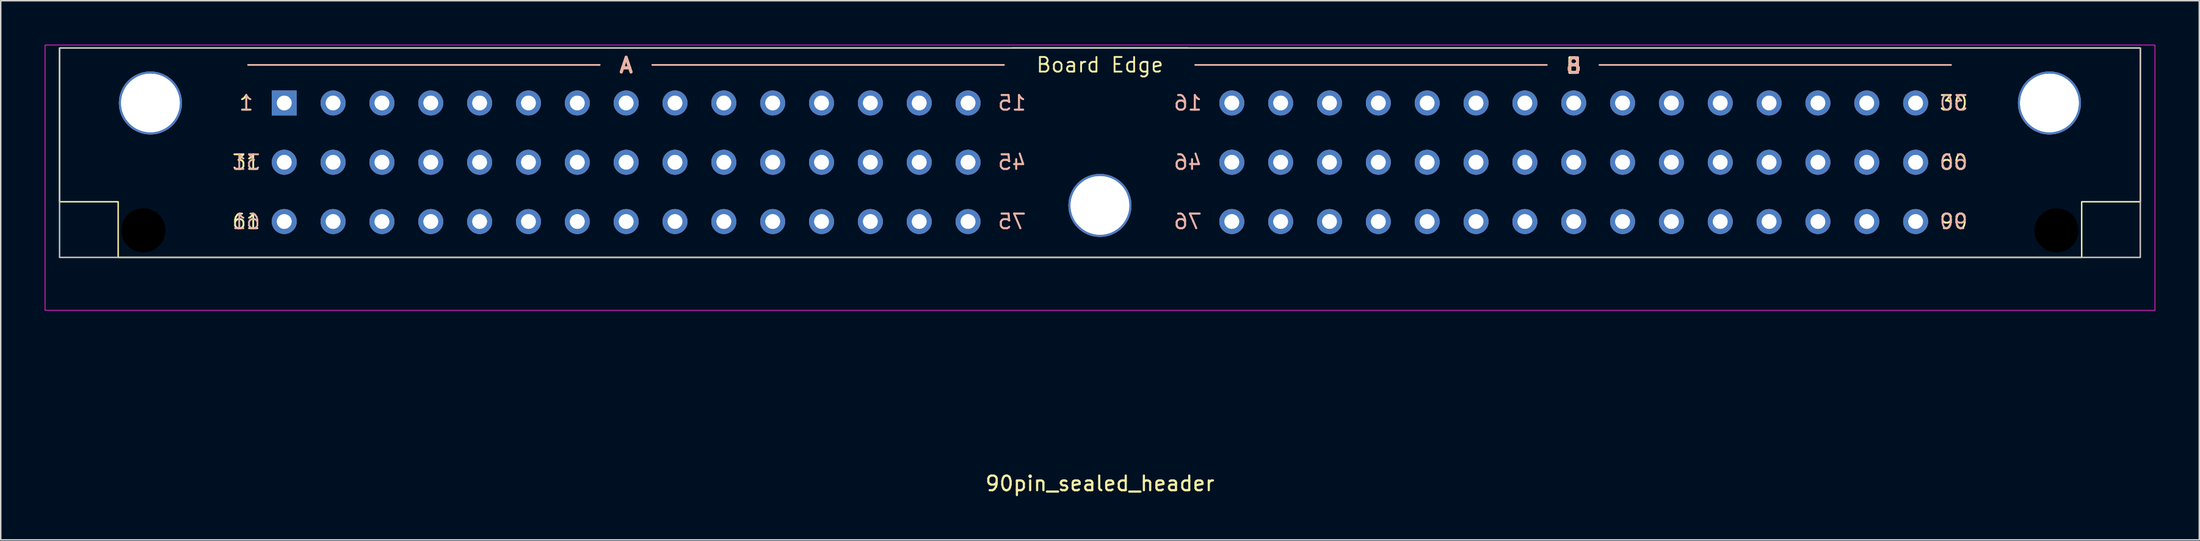
<source format=kicad_pcb>
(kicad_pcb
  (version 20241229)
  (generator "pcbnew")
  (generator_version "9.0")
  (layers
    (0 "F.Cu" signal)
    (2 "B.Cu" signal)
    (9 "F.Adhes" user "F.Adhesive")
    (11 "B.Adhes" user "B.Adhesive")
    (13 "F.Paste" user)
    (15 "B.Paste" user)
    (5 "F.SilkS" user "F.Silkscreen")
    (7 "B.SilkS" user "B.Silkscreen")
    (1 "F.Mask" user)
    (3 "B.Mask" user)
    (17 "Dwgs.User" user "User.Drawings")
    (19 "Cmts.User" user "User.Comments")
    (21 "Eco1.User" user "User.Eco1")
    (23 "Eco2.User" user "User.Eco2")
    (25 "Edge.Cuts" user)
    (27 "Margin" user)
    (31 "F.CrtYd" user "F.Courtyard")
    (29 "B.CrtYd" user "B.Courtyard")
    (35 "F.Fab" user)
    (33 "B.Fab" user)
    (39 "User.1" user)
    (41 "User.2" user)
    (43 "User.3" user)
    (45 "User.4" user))
  (footprint "90pin_sealed_header"
    (layer "F.Cu")
    (at 72.015 8.035)
    (property "Reference" "90pin_sealed_header" (at 0 21.95 0) (layer "F.SilkS") (effects (font (size 1 1) (thickness 0.15))))
    (attr through_hole)
    (fp_line (start -58.136 -6.65) (end -34.136 -6.65) (stroke (width 0.1) (type solid)) (layer "F.SilkS"))
    (fp_line (start -30.549 -6.65) (end -6.549 -6.65) (stroke (width 0.1) (type solid)) (layer "F.SilkS"))
    (fp_line (start 6 -7.8) (end -6 -7.8) (stroke (width 0.1) (type solid)) (layer "F.SilkS"))
    (fp_poly (pts (xy 67 6.5) (xy 67 2.7) (xy 71 2.7) (xy 71 -7.8) (xy -71 -7.8) (xy -71 2.7) (xy -67 2.7) (xy -67 6.5)) (stroke (width 0.1) (type solid)) (fill no) (layer "F.SilkS"))
    (fp_line (start -58.136 -6.65) (end -34.136 -6.65) (stroke (width 0.1) (type solid)) (layer "B.SilkS"))
    (fp_line (start -30.549 -6.65) (end -6.549 -6.65) (stroke (width 0.1) (type solid)) (layer "B.SilkS"))
    (fp_line (start 6.5 -6.65) (end 30.5 -6.65) (stroke (width 0.1) (type solid)) (layer "B.SilkS"))
    (fp_line (start 6.5 -6.65) (end 30.5 -6.65) (stroke (width 0.1) (type solid)) (layer "B.SilkS"))
    (fp_line (start 34.087 -6.65) (end 58.087 -6.65) (stroke (width 0.1) (type solid)) (layer "B.SilkS"))
    (fp_line (start 34.087 -6.65) (end 58.087 -6.65) (stroke (width 0.1) (type solid)) (layer "B.SilkS"))
    (fp_rect (start -71 -7.8) (end 71 6.5) (stroke (width 0.1) (type default)) (fill no) (layer "Dwgs.User"))
    (fp_line (start -71 -7.8) (end 71 -7.8) (stroke (width 0.1) (type default)) (layer "Margin"))
    (fp_rect (start -71.99 -8.01) (end 72 10.12) (stroke (width 0.05) (type default)) (fill no) (layer "F.CrtYd"))
    (fp_text user "30" (at 58.26 -4.05 0) (unlocked yes) (layer "F.SilkS") (effects (font (size 1 1) (thickness 0.125))))
    (fp_text user "31" (at -58.26 0 0) (unlocked yes) (layer "F.SilkS") (effects (font (size 1 1) (thickness 0.125))))
    (fp_text user "60" (at 58.26 0 0) (unlocked yes) (layer "F.SilkS") (effects (font (size 1 1) (thickness 0.125))))
    (fp_text user "A" (at -32.333 -6.62 0) (unlocked yes) (layer "F.SilkS") (effects (font (size 1 1) (thickness 0.2) (bold yes))))
    (fp_text user "61" (at -58.26 4.05 0) (unlocked yes) (layer "F.SilkS") (effects (font (size 1 1) (thickness 0.125))))
    (fp_text user "Board Edge" (at 0 -6.65 0) (unlocked yes) (layer "F.SilkS") (effects (font (size 1 1) (thickness 0.125))))
    (fp_text user "1" (at -58.26 -4.05 0) (unlocked yes) (layer "F.SilkS") (effects (font (size 1 1) (thickness 0.125))))
    (fp_text user "B" (at 32.333 -6.59 0) (unlocked yes) (layer "F.SilkS") (effects (font (size 1 1) (thickness 0.2) (bold yes))))
    (fp_text user "90" (at 58.26 4.05 0) (unlocked yes) (layer "F.SilkS") (effects (font (size 1 1) (thickness 0.125))))
    (fp_text user "45" (at -6 0 0) (unlocked yes) (layer "B.SilkS") (effects (font (size 1 1) (thickness 0.125)) (justify mirror)))
    (fp_text user "30" (at 58.26 -4.05 0) (unlocked yes) (layer "B.SilkS") (effects (font (size 1 1) (thickness 0.125)) (justify mirror)))
    (fp_text user "16" (at 6 -4.05 0) (unlocked yes) (layer "B.SilkS") (effects (font (size 1 1) (thickness 0.125)) (justify mirror)))
    (fp_text user "76" (at 6 4.05 0) (unlocked yes) (layer "B.SilkS") (effects (font (size 1 1) (thickness 0.125)) (justify mirror)))
    (fp_text user "90" (at 58.26 4.05 0) (unlocked yes) (layer "B.SilkS") (effects (font (size 1 1) (thickness 0.125)) (justify mirror)))
    (fp_text user "15" (at -6 -4.05 0) (unlocked yes) (layer "B.SilkS") (effects (font (size 1 1) (thickness 0.125)) (justify mirror)))
    (fp_text user "1" (at -58.26 -4.05 0) (unlocked yes) (layer "B.SilkS") (effects (font (size 1 1) (thickness 0.125)) (justify mirror)))
    (fp_text user "75" (at -6 4.05 0) (unlocked yes) (layer "B.SilkS") (effects (font (size 1 1) (thickness 0.125)) (justify mirror)))
    (fp_text user "B" (at 32.333 -6.59 0) (unlocked yes) (layer "B.SilkS") (effects (font (size 1 1) (thickness 0.2) (bold yes)) (justify mirror)))
    (fp_text user "A" (at -32.333 -6.62 0) (unlocked yes) (layer "B.SilkS") (effects (font (size 1 1) (thickness 0.2) (bold yes)) (justify mirror)))
    (fp_text user "60" (at 58.26 0 0) (unlocked yes) (layer "B.SilkS") (effects (font (size 1 1) (thickness 0.125)) (justify mirror)))
    (fp_text user "31" (at -58.26 0 0) (unlocked yes) (layer "B.SilkS") (effects (font (size 1 1) (thickness 0.125)) (justify mirror)))
    (fp_text user "45" (at -6 0 0) (unlocked yes) (layer "B.SilkS") (effects (font (size 1 1) (thickness 0.125)) (justify mirror)))
    (fp_text user "76" (at 6 4.05 0) (unlocked yes) (layer "B.SilkS") (effects (font (size 1 1) (thickness 0.125)) (justify mirror)))
    (fp_text user "61" (at -58.26 4.05 0) (unlocked yes) (layer "B.SilkS") (effects (font (size 1 1) (thickness 0.125)) (justify mirror)))
    (fp_text user "16" (at 6 -4.05 0) (unlocked yes) (layer "B.SilkS") (effects (font (size 1 1) (thickness 0.125)) (justify mirror)))
    (fp_text user "46" (at 6 0 0) (unlocked yes) (layer "B.SilkS") (effects (font (size 1 1) (thickness 0.125)) (justify mirror)))
    (fp_text user "15" (at -6 -4.05 0) (unlocked yes) (layer "B.SilkS") (effects (font (size 1 1) (thickness 0.125)) (justify mirror)))
    (fp_text user "75" (at -6 4.05 0) (unlocked yes) (layer "B.SilkS") (effects (font (size 1 1) (thickness 0.125)) (justify mirror)))
    (fp_text user "46" (at 6 0 0) (unlocked yes) (layer "B.SilkS") (effects (font (size 1 1) (thickness 0.125)) (justify mirror)))
    (pad "" np_thru_hole circle (at -65.28 4.65) (size 3 3) (drill 3) (layers "*.Mask"))
    (pad "" np_thru_hole circle (at -65.28 4.65) (size 3 3) (drill 3) (layers "*.Mask"))
    (pad "" thru_hole circle (at -64.8 -4.05 180) (size 4.3 4.3) (drill 4) (layers "*.Cu" "*.Mask"))
    (pad "" thru_hole circle (at -64.8 -4.05 180) (size 4.3 4.3) (drill 4) (layers "*.Cu" "*.Mask"))
    (pad "" thru_hole circle (at 0 2.95 180) (size 4.3 4.3) (drill 4) (layers "*.Cu" "*.Mask"))
    (pad "" thru_hole circle (at 0 2.95 180) (size 4.3 4.3) (drill 4) (layers "*.Cu" "*.Mask"))
    (pad "" thru_hole circle (at 64.8 -4.05 180) (size 4.3 4.3) (drill 4) (layers "*.Cu" "*.Mask"))
    (pad "" thru_hole circle (at 64.8 -4.05 180) (size 4.3 4.3) (drill 4) (layers "*.Cu" "*.Mask"))
    (pad "" np_thru_hole circle (at 65.28 4.65) (size 3 3) (drill 3) (layers "*.Mask"))
    (pad "" np_thru_hole circle (at 65.28 4.65) (size 3 3) (drill 3) (layers "*.Mask"))
    (pad "1" thru_hole rect (at -55.667 -4.05) (size 1.7 1.7) (drill 1) (layers "*.Cu" "*.Mask"))
    (pad "1" thru_hole rect (at -55.667 -4.05) (size 1.7 1.7) (drill 1) (layers "*.Cu" "*.Mask"))
    (pad "2" thru_hole circle (at -52.333 -4.05) (size 1.7 1.7) (drill 1) (layers "*.Cu" "*.Mask"))
    (pad "2" thru_hole circle (at -52.333 -4.05) (size 1.7 1.7) (drill 1) (layers "*.Cu" "*.Mask"))
    (pad "3" thru_hole circle (at -49 -4.05) (size 1.7 1.7) (drill 1) (layers "*.Cu" "*.Mask"))
    (pad "3" thru_hole circle (at -49 -4.05) (size 1.7 1.7) (drill 1) (layers "*.Cu" "*.Mask"))
    (pad "4" thru_hole circle (at -45.667 -4.05) (size 1.7 1.7) (drill 1) (layers "*.Cu" "*.Mask"))
    (pad "4" thru_hole circle (at -45.667 -4.05) (size 1.7 1.7) (drill 1) (layers "*.Cu" "*.Mask"))
    (pad "5" thru_hole circle (at -42.333 -4.05) (size 1.7 1.7) (drill 1) (layers "*.Cu" "*.Mask"))
    (pad "5" thru_hole circle (at -42.333 -4.05) (size 1.7 1.7) (drill 1) (layers "*.Cu" "*.Mask"))
    (pad "6" thru_hole circle (at -39 -4.05) (size 1.7 1.7) (drill 1) (layers "*.Cu" "*.Mask"))
    (pad "6" thru_hole circle (at -39 -4.05) (size 1.7 1.7) (drill 1) (layers "*.Cu" "*.Mask"))
    (pad "7" thru_hole circle (at -35.667 -4.05) (size 1.7 1.7) (drill 1) (layers "*.Cu" "*.Mask"))
    (pad "7" thru_hole circle (at -35.667 -4.05) (size 1.7 1.7) (drill 1) (layers "*.Cu" "*.Mask"))
    (pad "8" thru_hole circle (at -32.333 -4.05) (size 1.7 1.7) (drill 1) (layers "*.Cu" "*.Mask"))
    (pad "8" thru_hole circle (at -32.333 -4.05) (size 1.7 1.7) (drill 1) (layers "*.Cu" "*.Mask"))
    (pad "9" thru_hole circle (at -29 -4.05) (size 1.7 1.7) (drill 1) (layers "*.Cu" "*.Mask"))
    (pad "9" thru_hole circle (at -29 -4.05) (size 1.7 1.7) (drill 1) (layers "*.Cu" "*.Mask"))
    (pad "10" thru_hole circle (at -25.667 -4.05) (size 1.7 1.7) (drill 1) (layers "*.Cu" "*.Mask"))
    (pad "10" thru_hole circle (at -25.667 -4.05) (size 1.7 1.7) (drill 1) (layers "*.Cu" "*.Mask"))
    (pad "11" thru_hole circle (at -22.333 -4.05) (size 1.7 1.7) (drill 1) (layers "*.Cu" "*.Mask"))
    (pad "11" thru_hole circle (at -22.333 -4.05) (size 1.7 1.7) (drill 1) (layers "*.Cu" "*.Mask"))
    (pad "12" thru_hole circle (at -19 -4.05) (size 1.7 1.7) (drill 1) (layers "*.Cu" "*.Mask"))
    (pad "12" thru_hole circle (at -19 -4.05) (size 1.7 1.7) (drill 1) (layers "*.Cu" "*.Mask"))
    (pad "13" thru_hole circle (at -15.667 -4.05) (size 1.7 1.7) (drill 1) (layers "*.Cu" "*.Mask"))
    (pad "13" thru_hole circle (at -15.667 -4.05) (size 1.7 1.7) (drill 1) (layers "*.Cu" "*.Mask"))
    (pad "14" thru_hole circle (at -12.333 -4.05) (size 1.7 1.7) (drill 1) (layers "*.Cu" "*.Mask"))
    (pad "14" thru_hole circle (at -12.333 -4.05) (size 1.7 1.7) (drill 1) (layers "*.Cu" "*.Mask"))
    (pad "15" thru_hole circle (at -9 -4.05) (size 1.7 1.7) (drill 1) (layers "*.Cu" "*.Mask"))
    (pad "15" thru_hole circle (at -9 -4.05) (size 1.7 1.7) (drill 1) (layers "*.Cu" "*.Mask"))
    (pad "16" thru_hole circle (at 9 -4.05) (size 1.7 1.7) (drill 1) (layers "*.Cu" "*.Mask"))
    (pad "16" thru_hole circle (at 9 -4.05) (size 1.7 1.7) (drill 1) (layers "*.Cu" "*.Mask"))
    (pad "17" thru_hole circle (at 12.333 -4.05) (size 1.7 1.7) (drill 1) (layers "*.Cu" "*.Mask"))
    (pad "17" thru_hole circle (at 12.333 -4.05) (size 1.7 1.7) (drill 1) (layers "*.Cu" "*.Mask"))
    (pad "18" thru_hole circle (at 15.667 -4.05) (size 1.7 1.7) (drill 1) (layers "*.Cu" "*.Mask"))
    (pad "18" thru_hole circle (at 15.667 -4.05) (size 1.7 1.7) (drill 1) (layers "*.Cu" "*.Mask"))
    (pad "19" thru_hole circle (at 19 -4.05) (size 1.7 1.7) (drill 1) (layers "*.Cu" "*.Mask"))
    (pad "19" thru_hole circle (at 19 -4.05) (size 1.7 1.7) (drill 1) (layers "*.Cu" "*.Mask"))
    (pad "20" thru_hole circle (at 22.333 -4.05) (size 1.7 1.7) (drill 1) (layers "*.Cu" "*.Mask"))
    (pad "20" thru_hole circle (at 22.333 -4.05) (size 1.7 1.7) (drill 1) (layers "*.Cu" "*.Mask"))
    (pad "21" thru_hole circle (at 25.667 -4.05) (size 1.7 1.7) (drill 1) (layers "*.Cu" "*.Mask"))
    (pad "21" thru_hole circle (at 25.667 -4.05) (size 1.7 1.7) (drill 1) (layers "*.Cu" "*.Mask"))
    (pad "22" thru_hole circle (at 29 -4.05) (size 1.7 1.7) (drill 1) (layers "*.Cu" "*.Mask"))
    (pad "22" thru_hole circle (at 29 -4.05) (size 1.7 1.7) (drill 1) (layers "*.Cu" "*.Mask"))
    (pad "23" thru_hole circle (at 32.333 -4.05) (size 1.7 1.7) (drill 1) (layers "*.Cu" "*.Mask"))
    (pad "23" thru_hole circle (at 32.333 -4.05) (size 1.7 1.7) (drill 1) (layers "*.Cu" "*.Mask"))
    (pad "24" thru_hole circle (at 35.667 -4.05) (size 1.7 1.7) (drill 1) (layers "*.Cu" "*.Mask"))
    (pad "24" thru_hole circle (at 35.667 -4.05) (size 1.7 1.7) (drill 1) (layers "*.Cu" "*.Mask"))
    (pad "25" thru_hole circle (at 39 -4.05) (size 1.7 1.7) (drill 1) (layers "*.Cu" "*.Mask"))
    (pad "25" thru_hole circle (at 39 -4.05) (size 1.7 1.7) (drill 1) (layers "*.Cu" "*.Mask"))
    (pad "26" thru_hole circle (at 42.333 -4.05) (size 1.7 1.7) (drill 1) (layers "*.Cu" "*.Mask"))
    (pad "26" thru_hole circle (at 42.333 -4.05) (size 1.7 1.7) (drill 1) (layers "*.Cu" "*.Mask"))
    (pad "27" thru_hole circle (at 45.667 -4.05) (size 1.7 1.7) (drill 1) (layers "*.Cu" "*.Mask"))
    (pad "27" thru_hole circle (at 45.667 -4.05) (size 1.7 1.7) (drill 1) (layers "*.Cu" "*.Mask"))
    (pad "28" thru_hole circle (at 49 -4.05) (size 1.7 1.7) (drill 1) (layers "*.Cu" "*.Mask"))
    (pad "28" thru_hole circle (at 49 -4.05) (size 1.7 1.7) (drill 1) (layers "*.Cu" "*.Mask"))
    (pad "29" thru_hole circle (at 52.333 -4.05) (size 1.7 1.7) (drill 1) (layers "*.Cu" "*.Mask"))
    (pad "29" thru_hole circle (at 52.333 -4.05) (size 1.7 1.7) (drill 1) (layers "*.Cu" "*.Mask"))
    (pad "30" thru_hole circle (at 55.667 -4.05) (size 1.7 1.7) (drill 1) (layers "*.Cu" "*.Mask"))
    (pad "30" thru_hole circle (at 55.667 -4.05) (size 1.7 1.7) (drill 1) (layers "*.Cu" "*.Mask"))
    (pad "31" thru_hole circle (at -55.667 0) (size 1.7 1.7) (drill 1) (layers "*.Cu" "*.Mask"))
    (pad "31" thru_hole circle (at -55.667 0) (size 1.7 1.7) (drill 1) (layers "*.Cu" "*.Mask"))
    (pad "32" thru_hole circle (at -52.333 0) (size 1.7 1.7) (drill 1) (layers "*.Cu" "*.Mask"))
    (pad "32" thru_hole circle (at -52.333 0) (size 1.7 1.7) (drill 1) (layers "*.Cu" "*.Mask"))
    (pad "33" thru_hole circle (at -49 0) (size 1.7 1.7) (drill 1) (layers "*.Cu" "*.Mask"))
    (pad "33" thru_hole circle (at -49 0) (size 1.7 1.7) (drill 1) (layers "*.Cu" "*.Mask"))
    (pad "34" thru_hole circle (at -45.667 0) (size 1.7 1.7) (drill 1) (layers "*.Cu" "*.Mask"))
    (pad "34" thru_hole circle (at -45.667 0) (size 1.7 1.7) (drill 1) (layers "*.Cu" "*.Mask"))
    (pad "35" thru_hole circle (at -42.333 0) (size 1.7 1.7) (drill 1) (layers "*.Cu" "*.Mask"))
    (pad "35" thru_hole circle (at -42.333 0) (size 1.7 1.7) (drill 1) (layers "*.Cu" "*.Mask"))
    (pad "36" thru_hole circle (at -39 0) (size 1.7 1.7) (drill 1) (layers "*.Cu" "*.Mask"))
    (pad "36" thru_hole circle (at -39 0) (size 1.7 1.7) (drill 1) (layers "*.Cu" "*.Mask"))
    (pad "37" thru_hole circle (at -35.667 0) (size 1.7 1.7) (drill 1) (layers "*.Cu" "*.Mask"))
    (pad "37" thru_hole circle (at -35.667 0) (size 1.7 1.7) (drill 1) (layers "*.Cu" "*.Mask"))
    (pad "38" thru_hole circle (at -32.333 0) (size 1.7 1.7) (drill 1) (layers "*.Cu" "*.Mask"))
    (pad "38" thru_hole circle (at -32.333 0) (size 1.7 1.7) (drill 1) (layers "*.Cu" "*.Mask"))
    (pad "39" thru_hole circle (at -29 0) (size 1.7 1.7) (drill 1) (layers "*.Cu" "*.Mask"))
    (pad "39" thru_hole circle (at -29 0) (size 1.7 1.7) (drill 1) (layers "*.Cu" "*.Mask"))
    (pad "40" thru_hole circle (at -25.667 0) (size 1.7 1.7) (drill 1) (layers "*.Cu" "*.Mask"))
    (pad "40" thru_hole circle (at -25.667 0) (size 1.7 1.7) (drill 1) (layers "*.Cu" "*.Mask"))
    (pad "41" thru_hole circle (at -22.333 0) (size 1.7 1.7) (drill 1) (layers "*.Cu" "*.Mask"))
    (pad "41" thru_hole circle (at -22.333 0) (size 1.7 1.7) (drill 1) (layers "*.Cu" "*.Mask"))
    (pad "42" thru_hole circle (at -19 0) (size 1.7 1.7) (drill 1) (layers "*.Cu" "*.Mask"))
    (pad "42" thru_hole circle (at -19 0) (size 1.7 1.7) (drill 1) (layers "*.Cu" "*.Mask"))
    (pad "43" thru_hole circle (at -15.667 0) (size 1.7 1.7) (drill 1) (layers "*.Cu" "*.Mask"))
    (pad "43" thru_hole circle (at -15.667 0) (size 1.7 1.7) (drill 1) (layers "*.Cu" "*.Mask"))
    (pad "44" thru_hole circle (at -12.333 0) (size 1.7 1.7) (drill 1) (layers "*.Cu" "*.Mask"))
    (pad "44" thru_hole circle (at -12.333 0) (size 1.7 1.7) (drill 1) (layers "*.Cu" "*.Mask"))
    (pad "45" thru_hole circle (at -9 0) (size 1.7 1.7) (drill 1) (layers "*.Cu" "*.Mask"))
    (pad "45" thru_hole circle (at -9 0) (size 1.7 1.7) (drill 1) (layers "*.Cu" "*.Mask"))
    (pad "46" thru_hole circle (at 9 0) (size 1.7 1.7) (drill 1) (layers "*.Cu" "*.Mask"))
    (pad "46" thru_hole circle (at 9 0) (size 1.7 1.7) (drill 1) (layers "*.Cu" "*.Mask"))
    (pad "47" thru_hole circle (at 12.333 0) (size 1.7 1.7) (drill 1) (layers "*.Cu" "*.Mask"))
    (pad "47" thru_hole circle (at 12.333 0) (size 1.7 1.7) (drill 1) (layers "*.Cu" "*.Mask"))
    (pad "48" thru_hole circle (at 15.667 0) (size 1.7 1.7) (drill 1) (layers "*.Cu" "*.Mask"))
    (pad "48" thru_hole circle (at 15.667 0) (size 1.7 1.7) (drill 1) (layers "*.Cu" "*.Mask"))
    (pad "49" thru_hole circle (at 19 0) (size 1.7 1.7) (drill 1) (layers "*.Cu" "*.Mask"))
    (pad "49" thru_hole circle (at 19 0) (size 1.7 1.7) (drill 1) (layers "*.Cu" "*.Mask"))
    (pad "50" thru_hole circle (at 22.333 0) (size 1.7 1.7) (drill 1) (layers "*.Cu" "*.Mask"))
    (pad "50" thru_hole circle (at 22.333 0) (size 1.7 1.7) (drill 1) (layers "*.Cu" "*.Mask"))
    (pad "51" thru_hole circle (at 25.667 0) (size 1.7 1.7) (drill 1) (layers "*.Cu" "*.Mask"))
    (pad "51" thru_hole circle (at 25.667 0) (size 1.7 1.7) (drill 1) (layers "*.Cu" "*.Mask"))
    (pad "52" thru_hole circle (at 29 0) (size 1.7 1.7) (drill 1) (layers "*.Cu" "*.Mask"))
    (pad "52" thru_hole circle (at 29 0) (size 1.7 1.7) (drill 1) (layers "*.Cu" "*.Mask"))
    (pad "53" thru_hole circle (at 32.333 0) (size 1.7 1.7) (drill 1) (layers "*.Cu" "*.Mask"))
    (pad "53" thru_hole circle (at 32.333 0) (size 1.7 1.7) (drill 1) (layers "*.Cu" "*.Mask"))
    (pad "54" thru_hole circle (at 35.667 0) (size 1.7 1.7) (drill 1) (layers "*.Cu" "*.Mask"))
    (pad "54" thru_hole circle (at 35.667 0) (size 1.7 1.7) (drill 1) (layers "*.Cu" "*.Mask"))
    (pad "55" thru_hole circle (at 39 0) (size 1.7 1.7) (drill 1) (layers "*.Cu" "*.Mask"))
    (pad "55" thru_hole circle (at 39 0) (size 1.7 1.7) (drill 1) (layers "*.Cu" "*.Mask"))
    (pad "56" thru_hole circle (at 42.333 0) (size 1.7 1.7) (drill 1) (layers "*.Cu" "*.Mask"))
    (pad "56" thru_hole circle (at 42.333 0) (size 1.7 1.7) (drill 1) (layers "*.Cu" "*.Mask"))
    (pad "57" thru_hole circle (at 45.667 0) (size 1.7 1.7) (drill 1) (layers "*.Cu" "*.Mask"))
    (pad "57" thru_hole circle (at 45.667 0) (size 1.7 1.7) (drill 1) (layers "*.Cu" "*.Mask"))
    (pad "58" thru_hole circle (at 49 0) (size 1.7 1.7) (drill 1) (layers "*.Cu" "*.Mask"))
    (pad "58" thru_hole circle (at 49 0) (size 1.7 1.7) (drill 1) (layers "*.Cu" "*.Mask"))
    (pad "59" thru_hole circle (at 52.333 0) (size 1.7 1.7) (drill 1) (layers "*.Cu" "*.Mask"))
    (pad "59" thru_hole circle (at 52.333 0) (size 1.7 1.7) (drill 1) (layers "*.Cu" "*.Mask"))
    (pad "60" thru_hole circle (at 55.667 0) (size 1.7 1.7) (drill 1) (layers "*.Cu" "*.Mask"))
    (pad "60" thru_hole circle (at 55.667 0) (size 1.7 1.7) (drill 1) (layers "*.Cu" "*.Mask"))
    (pad "61" thru_hole circle (at -55.667 4.05) (size 1.7 1.7) (drill 1) (layers "*.Cu" "*.Mask"))
    (pad "61" thru_hole circle (at -55.667 4.05) (size 1.7 1.7) (drill 1) (layers "*.Cu" "*.Mask"))
    (pad "62" thru_hole circle (at -52.333 4.05) (size 1.7 1.7) (drill 1) (layers "*.Cu" "*.Mask"))
    (pad "62" thru_hole circle (at -52.333 4.05) (size 1.7 1.7) (drill 1) (layers "*.Cu" "*.Mask"))
    (pad "63" thru_hole circle (at -49 4.05) (size 1.7 1.7) (drill 1) (layers "*.Cu" "*.Mask"))
    (pad "63" thru_hole circle (at -49 4.05) (size 1.7 1.7) (drill 1) (layers "*.Cu" "*.Mask"))
    (pad "64" thru_hole circle (at -45.667 4.05) (size 1.7 1.7) (drill 1) (layers "*.Cu" "*.Mask"))
    (pad "64" thru_hole circle (at -45.667 4.05) (size 1.7 1.7) (drill 1) (layers "*.Cu" "*.Mask"))
    (pad "65" thru_hole circle (at -42.333 4.05) (size 1.7 1.7) (drill 1) (layers "*.Cu" "*.Mask"))
    (pad "65" thru_hole circle (at -42.333 4.05) (size 1.7 1.7) (drill 1) (layers "*.Cu" "*.Mask"))
    (pad "66" thru_hole circle (at -39 4.05) (size 1.7 1.7) (drill 1) (layers "*.Cu" "*.Mask"))
    (pad "66" thru_hole circle (at -39 4.05) (size 1.7 1.7) (drill 1) (layers "*.Cu" "*.Mask"))
    (pad "67" thru_hole circle (at -35.667 4.05) (size 1.7 1.7) (drill 1) (layers "*.Cu" "*.Mask"))
    (pad "67" thru_hole circle (at -35.667 4.05) (size 1.7 1.7) (drill 1) (layers "*.Cu" "*.Mask"))
    (pad "68" thru_hole circle (at -32.333 4.05) (size 1.7 1.7) (drill 1) (layers "*.Cu" "*.Mask"))
    (pad "68" thru_hole circle (at -32.333 4.05) (size 1.7 1.7) (drill 1) (layers "*.Cu" "*.Mask"))
    (pad "69" thru_hole circle (at -29 4.05) (size 1.7 1.7) (drill 1) (layers "*.Cu" "*.Mask"))
    (pad "69" thru_hole circle (at -29 4.05) (size 1.7 1.7) (drill 1) (layers "*.Cu" "*.Mask"))
    (pad "70" thru_hole circle (at -25.667 4.05) (size 1.7 1.7) (drill 1) (layers "*.Cu" "*.Mask"))
    (pad "70" thru_hole circle (at -25.667 4.05) (size 1.7 1.7) (drill 1) (layers "*.Cu" "*.Mask"))
    (pad "71" thru_hole circle (at -22.333 4.05) (size 1.7 1.7) (drill 1) (layers "*.Cu" "*.Mask"))
    (pad "71" thru_hole circle (at -22.333 4.05) (size 1.7 1.7) (drill 1) (layers "*.Cu" "*.Mask"))
    (pad "72" thru_hole circle (at -19 4.05) (size 1.7 1.7) (drill 1) (layers "*.Cu" "*.Mask"))
    (pad "72" thru_hole circle (at -19 4.05) (size 1.7 1.7) (drill 1) (layers "*.Cu" "*.Mask"))
    (pad "73" thru_hole circle (at -15.667 4.05) (size 1.7 1.7) (drill 1) (layers "*.Cu" "*.Mask"))
    (pad "73" thru_hole circle (at -15.667 4.05) (size 1.7 1.7) (drill 1) (layers "*.Cu" "*.Mask"))
    (pad "74" thru_hole circle (at -12.333 4.05) (size 1.7 1.7) (drill 1) (layers "*.Cu" "*.Mask"))
    (pad "74" thru_hole circle (at -12.333 4.05) (size 1.7 1.7) (drill 1) (layers "*.Cu" "*.Mask"))
    (pad "75" thru_hole circle (at -9 4.05) (size 1.7 1.7) (drill 1) (layers "*.Cu" "*.Mask"))
    (pad "75" thru_hole circle (at -9 4.05) (size 1.7 1.7) (drill 1) (layers "*.Cu" "*.Mask"))
    (pad "76" thru_hole circle (at 9 4.05) (size 1.7 1.7) (drill 1) (layers "*.Cu" "*.Mask"))
    (pad "76" thru_hole circle (at 9 4.05) (size 1.7 1.7) (drill 1) (layers "*.Cu" "*.Mask"))
    (pad "77" thru_hole circle (at 12.333 4.05) (size 1.7 1.7) (drill 1) (layers "*.Cu" "*.Mask"))
    (pad "77" thru_hole circle (at 12.333 4.05) (size 1.7 1.7) (drill 1) (layers "*.Cu" "*.Mask"))
    (pad "78" thru_hole circle (at 15.667 4.05) (size 1.7 1.7) (drill 1) (layers "*.Cu" "*.Mask"))
    (pad "78" thru_hole circle (at 15.667 4.05) (size 1.7 1.7) (drill 1) (layers "*.Cu" "*.Mask"))
    (pad "79" thru_hole circle (at 19 4.05) (size 1.7 1.7) (drill 1) (layers "*.Cu" "*.Mask"))
    (pad "79" thru_hole circle (at 19 4.05) (size 1.7 1.7) (drill 1) (layers "*.Cu" "*.Mask"))
    (pad "80" thru_hole circle (at 22.333 4.05) (size 1.7 1.7) (drill 1) (layers "*.Cu" "*.Mask"))
    (pad "80" thru_hole circle (at 22.333 4.05) (size 1.7 1.7) (drill 1) (layers "*.Cu" "*.Mask"))
    (pad "81" thru_hole circle (at 25.667 4.05) (size 1.7 1.7) (drill 1) (layers "*.Cu" "*.Mask"))
    (pad "81" thru_hole circle (at 25.667 4.05) (size 1.7 1.7) (drill 1) (layers "*.Cu" "*.Mask"))
    (pad "82" thru_hole circle (at 29 4.05) (size 1.7 1.7) (drill 1) (layers "*.Cu" "*.Mask"))
    (pad "82" thru_hole circle (at 29 4.05) (size 1.7 1.7) (drill 1) (layers "*.Cu" "*.Mask"))
    (pad "83" thru_hole circle (at 32.333 4.05) (size 1.7 1.7) (drill 1) (layers "*.Cu" "*.Mask"))
    (pad "83" thru_hole circle (at 32.333 4.05) (size 1.7 1.7) (drill 1) (layers "*.Cu" "*.Mask"))
    (pad "84" thru_hole circle (at 35.667 4.05) (size 1.7 1.7) (drill 1) (layers "*.Cu" "*.Mask"))
    (pad "84" thru_hole circle (at 35.667 4.05) (size 1.7 1.7) (drill 1) (layers "*.Cu" "*.Mask"))
    (pad "85" thru_hole circle (at 39 4.05) (size 1.7 1.7) (drill 1) (layers "*.Cu" "*.Mask"))
    (pad "85" thru_hole circle (at 39 4.05) (size 1.7 1.7) (drill 1) (layers "*.Cu" "*.Mask"))
    (pad "86" thru_hole circle (at 42.333 4.05) (size 1.7 1.7) (drill 1) (layers "*.Cu" "*.Mask"))
    (pad "86" thru_hole circle (at 42.333 4.05) (size 1.7 1.7) (drill 1) (layers "*.Cu" "*.Mask"))
    (pad "87" thru_hole circle (at 45.667 4.05) (size 1.7 1.7) (drill 1) (layers "*.Cu" "*.Mask"))
    (pad "87" thru_hole circle (at 45.667 4.05) (size 1.7 1.7) (drill 1) (layers "*.Cu" "*.Mask"))
    (pad "88" thru_hole circle (at 49 4.05) (size 1.7 1.7) (drill 1) (layers "*.Cu" "*.Mask"))
    (pad "88" thru_hole circle (at 49 4.05) (size 1.7 1.7) (drill 1) (layers "*.Cu" "*.Mask"))
    (pad "89" thru_hole circle (at 52.333 4.05) (size 1.7 1.7) (drill 1) (layers "*.Cu" "*.Mask"))
    (pad "89" thru_hole circle (at 52.333 4.05) (size 1.7 1.7) (drill 1) (layers "*.Cu" "*.Mask"))
    (pad "90" thru_hole circle (at 55.667 4.05) (size 1.7 1.7) (drill 1) (layers "*.Cu" "*.Mask"))
    (pad "90" thru_hole circle (at 55.667 4.05) (size 1.7 1.7) (drill 1) (layers "*.Cu" "*.Mask")))
  (gr_rect
    (start -3 -3)
    (end 147.04 33.833)
    (stroke (width 0.1) (type default))
    (fill no)
    (layer "Edge.Cuts")))
</source>
